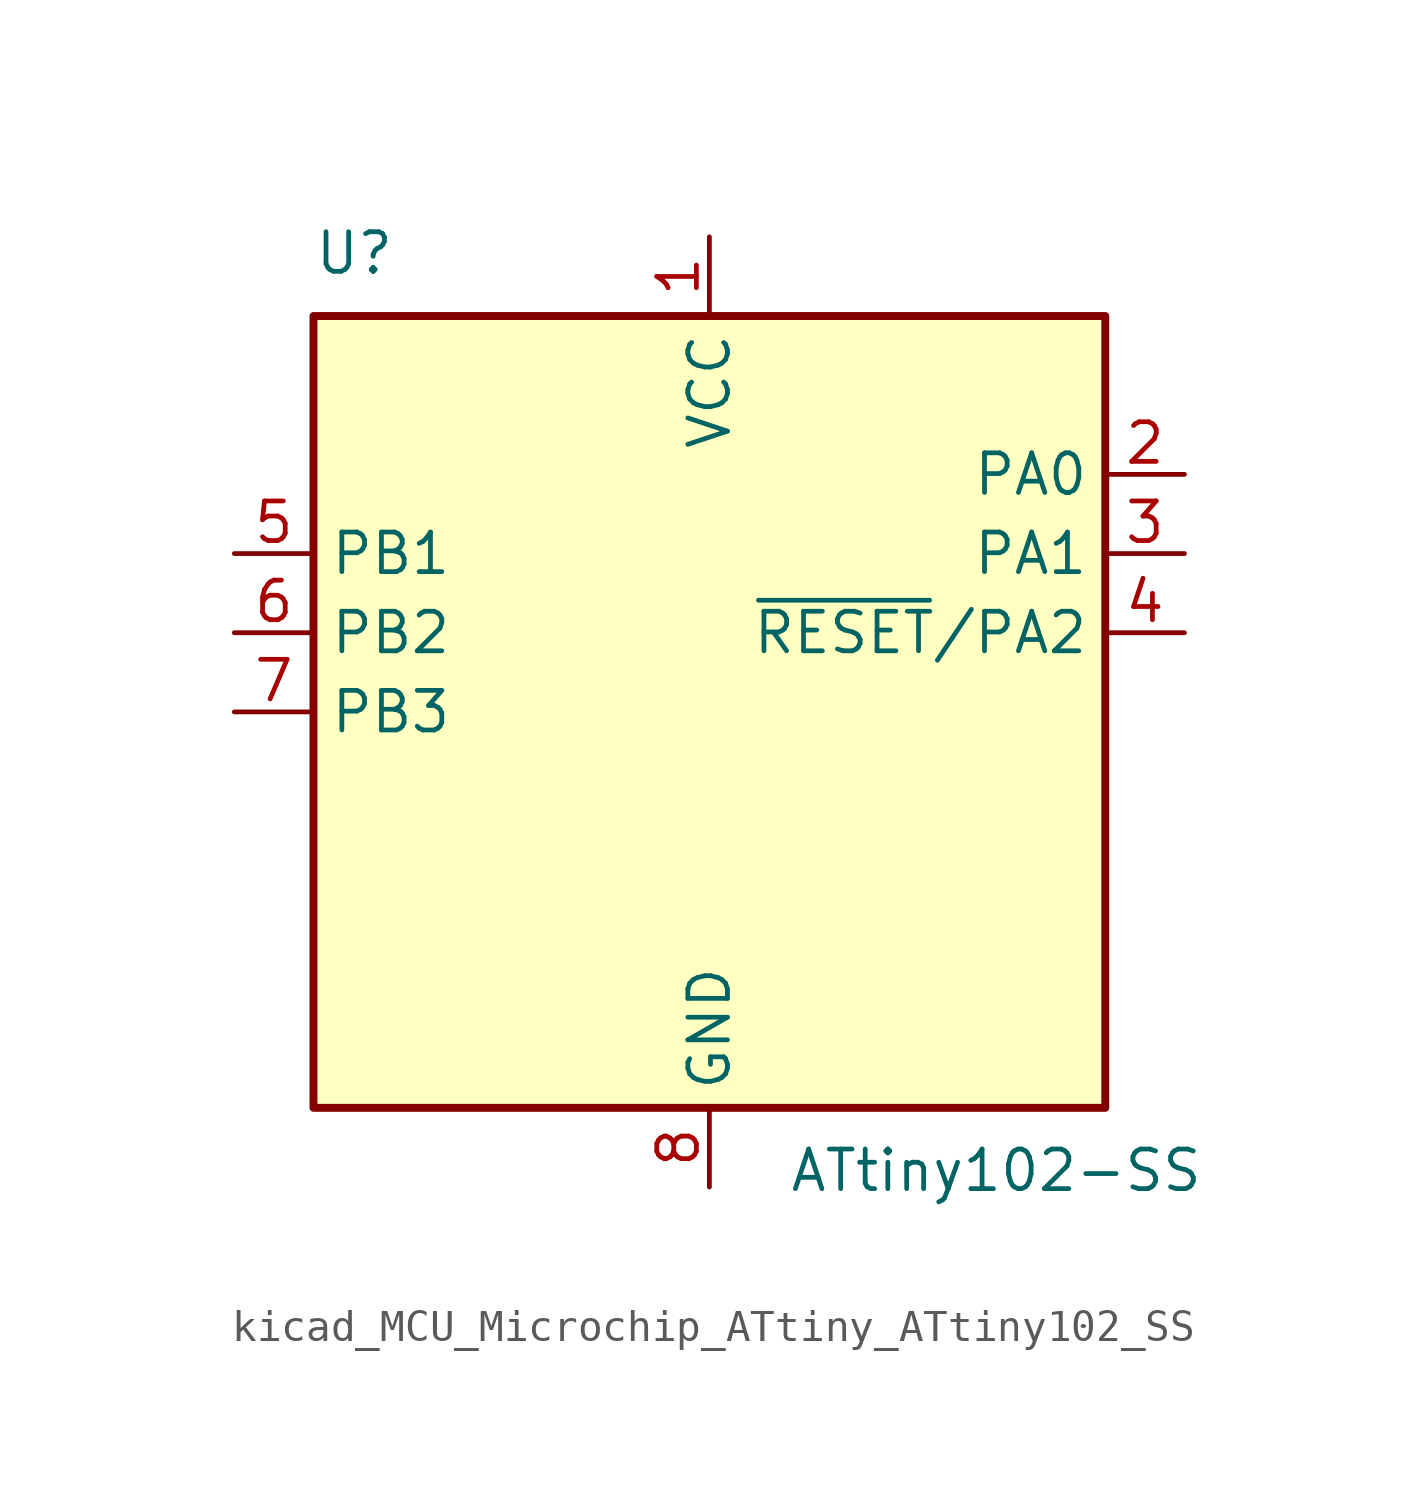
<source format=kicad_sym>
(kicad_symbol_lib
  (version 20220914)
  (generator kicad_symbol_editor)
  (symbol "kicad_MCU_Microchip_ATtiny_ATtiny102_SS"
    (property "Reference" "U"
      (at -12.7 13.97 0)
      (effects (font (size 1.27 1.27)) (justify left bottom)))
    (property "Value" "ATtiny102-SS"
      (at 2.54 -13.97 0)
      (effects (font (size 1.27 1.27)) (justify left top)))
    (symbol "kicad_MCU_Microchip_ATtiny_ATtiny102_SS_0_1"
      (rectangle (start -12.7 -12.7) (end 12.7 12.7) (stroke (width 0.254) (type default)) (fill (type background))))
    (symbol "kicad_MCU_Microchip_ATtiny_ATtiny102_SS_1_1"
      (pin power_in line (at 0 15.24 270) (length 2.54) (name "VCC" (effects (font (size 1.27 1.27)))) (number "1" (effects (font (size 1.27 1.27)))))
      (pin bidirectional line (at 15.24 7.62 180) (length 2.54) (name "PA0" (effects (font (size 1.27 1.27)))) (number "2" (effects (font (size 1.27 1.27)))))
      (pin bidirectional line (at 15.24 5.08 180) (length 2.54) (name "PA1" (effects (font (size 1.27 1.27)))) (number "3" (effects (font (size 1.27 1.27)))))
      (pin bidirectional line (at 15.24 2.54 180) (length 2.54) (name "~{RESET}/PA2" (effects (font (size 1.27 1.27)))) (number "4" (effects (font (size 1.27 1.27)))))
      (pin bidirectional line (at -15.24 5.08 0) (length 2.54) (name "PB1" (effects (font (size 1.27 1.27)))) (number "5" (effects (font (size 1.27 1.27)))))
      (pin bidirectional line (at -15.24 2.54 0) (length 2.54) (name "PB2" (effects (font (size 1.27 1.27)))) (number "6" (effects (font (size 1.27 1.27)))))
      (pin bidirectional line (at -15.24 0 0) (length 2.54) (name "PB3" (effects (font (size 1.27 1.27)))) (number "7" (effects (font (size 1.27 1.27)))))
      (pin power_in line (at 0 -15.24 90) (length 2.54) (name "GND" (effects (font (size 1.27 1.27)))) (number "8" (effects (font (size 1.27 1.27))))))))
</source>
